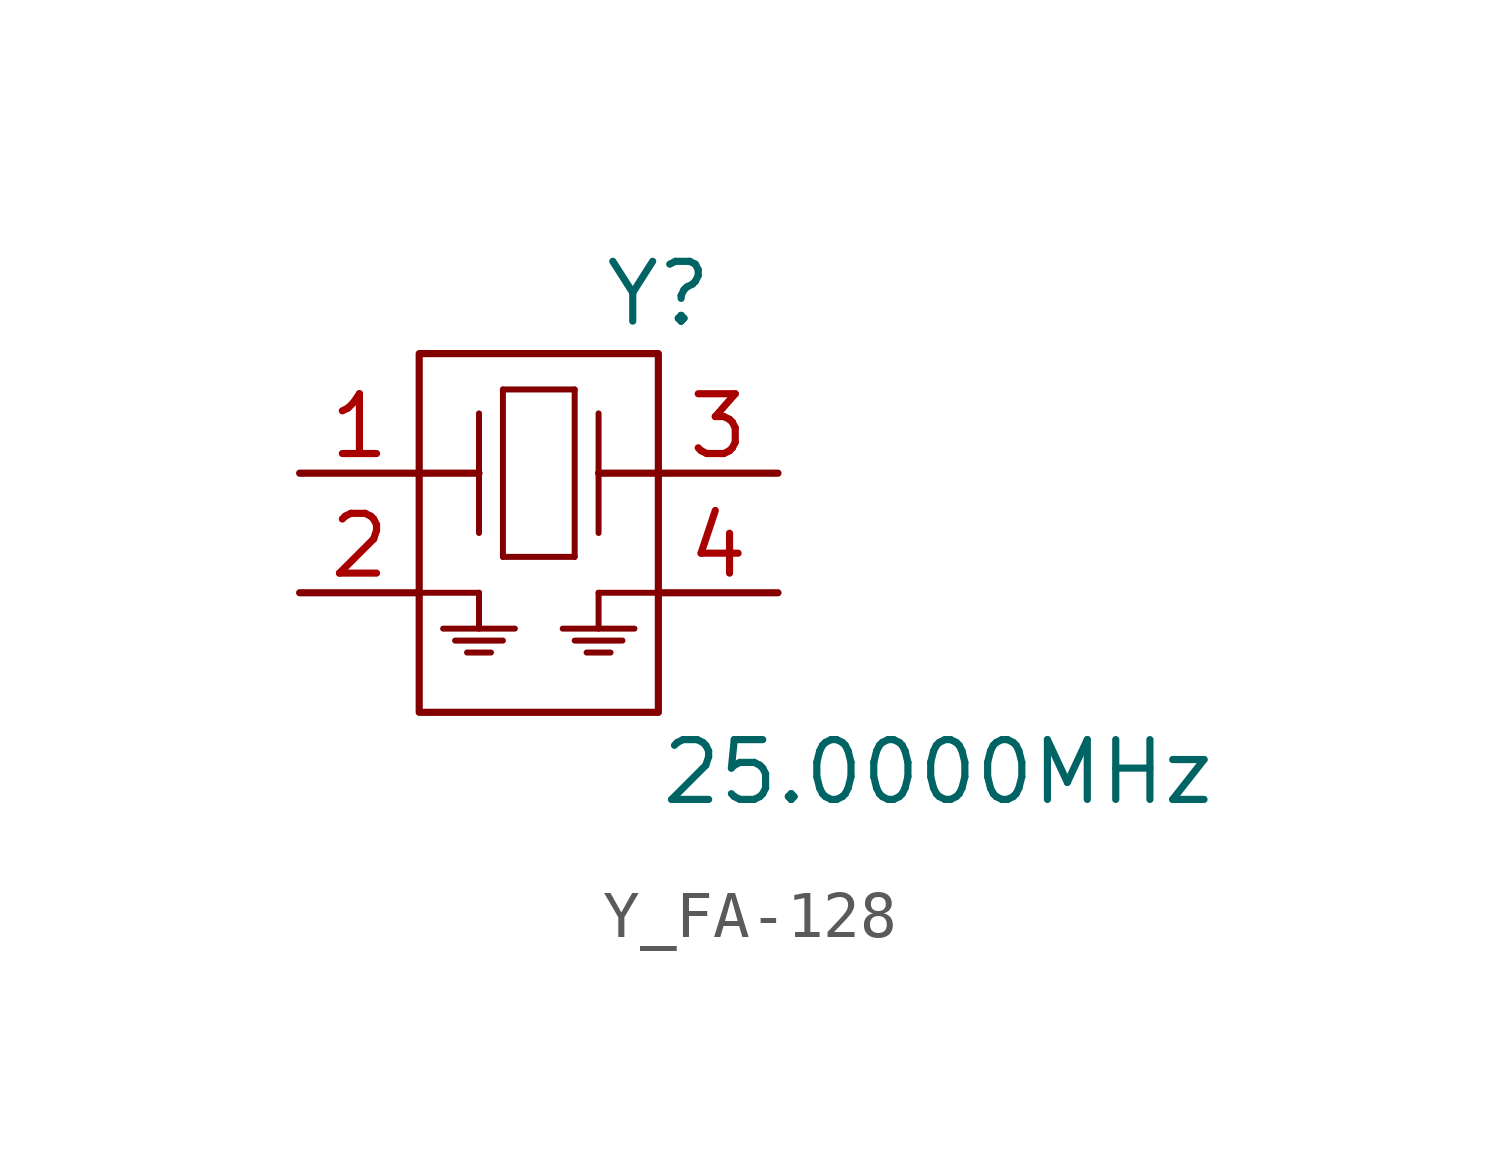
<source format=kicad_sym>
(kicad_symbol_lib
  (version 20231120)
  (generator "kicad_symbol_editor")
  (generator_version "8.0")
  (symbol "Y_FA-128"
    (property "Reference" "Y"
      (at 2.54 5.08 0)
      (effects (font (size 1.27 1.27))))
    (property "Value" "25.0000MHz"
      (at 2.54 -5.08 0)
      (effects (font (size 1.27 1.27)) (justify left)))
    (symbol "Y_FA-128_0_1"
      (rectangle (start -2.54 3.81) (end 2.54 -3.81) (stroke (width 0) (type default)) (fill (type none)))
      (polyline (pts (xy -2.54 -1.27) (xy -1.27 -1.27)) (stroke (width 0.127) (type default)) (fill (type none)))
      (polyline (pts (xy -2.032 -2.032) (xy -0.508 -2.032)) (stroke (width 0.127) (type default)) (fill (type none)))
      (polyline (pts (xy -1.778 -2.286) (xy -0.762 -2.286)) (stroke (width 0.127) (type default)) (fill (type none)))
      (polyline (pts (xy -1.524 -2.54) (xy -1.016 -2.54)) (stroke (width 0.127) (type default)) (fill (type none)))
      (polyline (pts (xy -1.27 -1.27) (xy -1.27 -2.032)) (stroke (width 0.127) (type default)) (fill (type none)))
      (polyline (pts (xy -1.27 1.27) (xy -2.54 1.27)) (stroke (width 0) (type default)) (fill (type none)))
      (polyline (pts (xy -1.27 2.54) (xy -1.27 0)) (stroke (width 0.127) (type default)) (fill (type none)))
      (polyline (pts (xy -0.762 -0.508) (xy 0.762 -0.508)) (stroke (width 0.127) (type default)) (fill (type none)))
      (polyline (pts (xy -0.762 3.048) (xy -0.762 -0.508)) (stroke (width 0.127) (type default)) (fill (type none)))
      (polyline (pts (xy 0.762 -0.508) (xy 0.762 3.048)) (stroke (width 0.127) (type default)) (fill (type none)))
      (polyline (pts (xy 0.762 3.048) (xy -0.762 3.048)) (stroke (width 0.127) (type default)) (fill (type none)))
      (polyline (pts (xy 1.27 -1.27) (xy 1.27 -2.032)) (stroke (width 0.127) (type default)) (fill (type none)))
      (polyline (pts (xy 1.27 1.27) (xy 2.54 1.27)) (stroke (width 0) (type default)) (fill (type none)))
      (polyline (pts (xy 1.27 2.54) (xy 1.27 0)) (stroke (width 0.127) (type default)) (fill (type none)))
      (polyline (pts (xy 1.524 -2.54) (xy 1.016 -2.54)) (stroke (width 0.127) (type default)) (fill (type none)))
      (polyline (pts (xy 1.778 -2.286) (xy 0.762 -2.286)) (stroke (width 0.127) (type default)) (fill (type none)))
      (polyline (pts (xy 2.032 -2.032) (xy 0.508 -2.032)) (stroke (width 0.127) (type default)) (fill (type none)))
      (polyline (pts (xy 2.54 -1.27) (xy 1.27 -1.27)) (stroke (width 0.127) (type default)) (fill (type none))))
    (symbol "Y_FA-128_1_1"
      (pin unspecified line (at -5.08 1.27 0) (length 2.54) (name "" (effects (font (size 1.27 1.27)))) (number "1" (effects (font (size 1.27 1.27)))))
      (pin power_out line (at -5.08 -1.27 0) (length 2.54) (name "" (effects (font (size 1.27 1.27)))) (number "2" (effects (font (size 1.27 1.27)))))
      (pin unspecified line (at 5.08 1.27 180) (length 2.54) (name "" (effects (font (size 1.27 1.27)))) (number "3" (effects (font (size 1.27 1.27)))))
      (pin power_out line (at 5.08 -1.27 180) (length 2.54) (name "" (effects (font (size 1.27 1.27)))) (number "4" (effects (font (size 1.27 1.27))))))))
</source>
